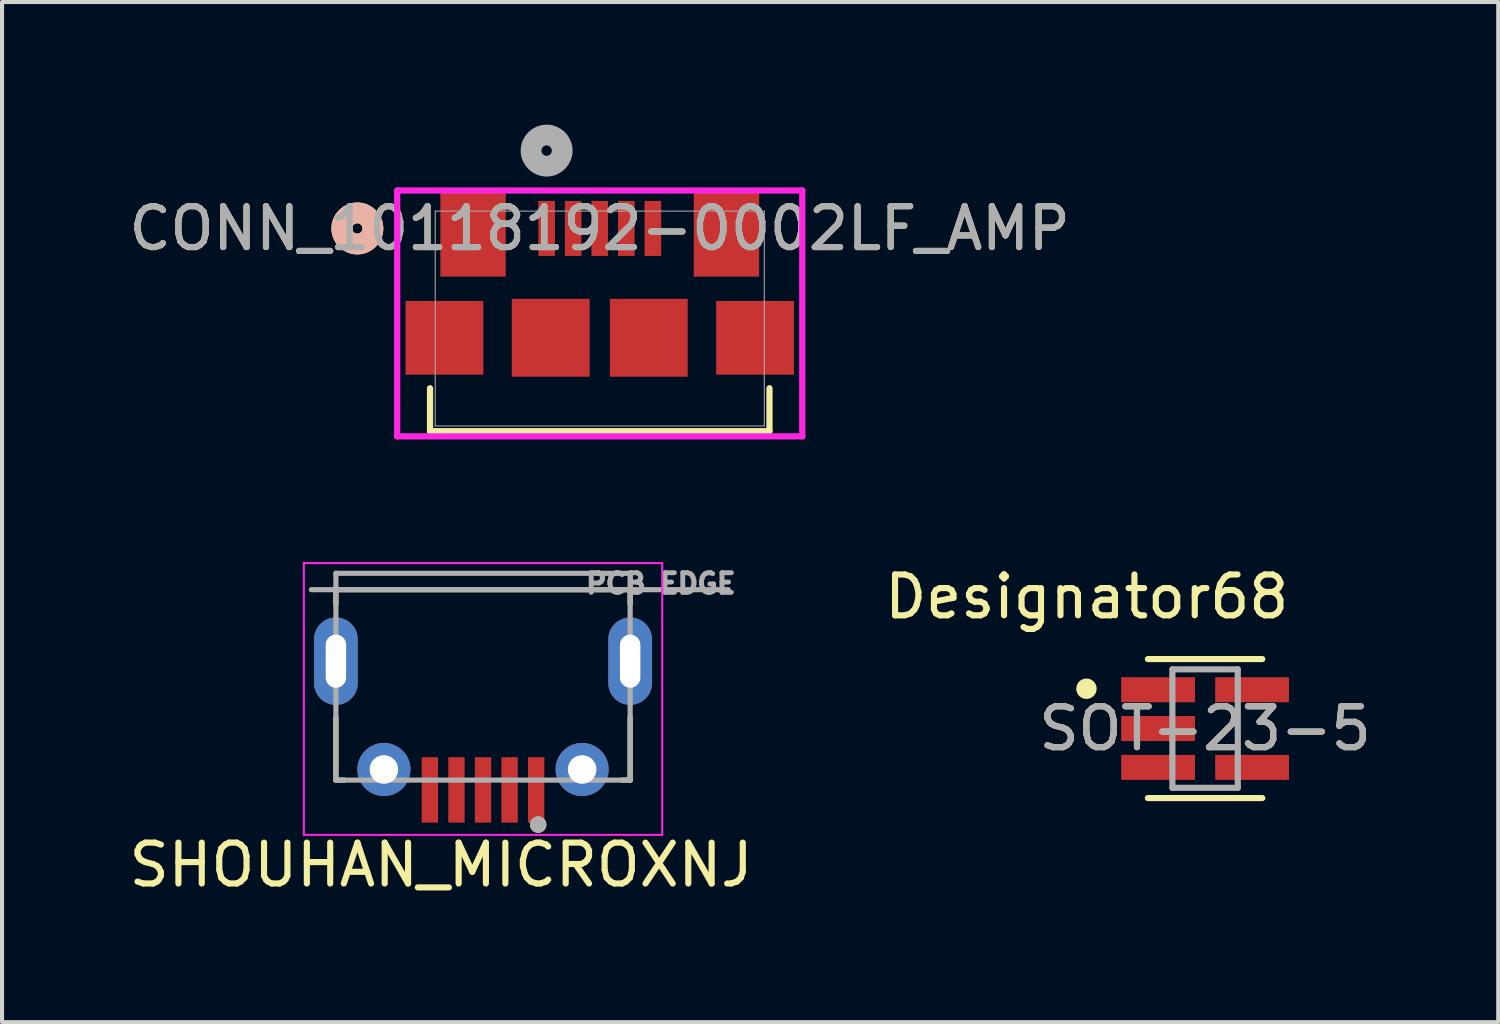
<source format=kicad_pcb>
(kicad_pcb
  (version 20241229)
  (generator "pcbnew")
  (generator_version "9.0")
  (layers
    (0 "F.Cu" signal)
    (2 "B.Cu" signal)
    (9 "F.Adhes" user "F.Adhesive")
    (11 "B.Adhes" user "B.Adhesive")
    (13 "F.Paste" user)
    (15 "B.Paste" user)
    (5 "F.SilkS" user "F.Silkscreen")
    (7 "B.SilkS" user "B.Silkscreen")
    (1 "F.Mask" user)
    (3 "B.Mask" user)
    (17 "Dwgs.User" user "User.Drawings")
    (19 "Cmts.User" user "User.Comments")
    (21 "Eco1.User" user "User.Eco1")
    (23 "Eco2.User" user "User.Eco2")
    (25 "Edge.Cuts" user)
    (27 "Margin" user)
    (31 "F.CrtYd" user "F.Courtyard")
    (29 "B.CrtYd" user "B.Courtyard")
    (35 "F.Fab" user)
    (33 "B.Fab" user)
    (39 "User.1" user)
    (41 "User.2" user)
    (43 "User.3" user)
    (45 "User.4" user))
  (footprint "CONN_10118192-0002LF_AMP"
    (layer "F.Cu")
    (at 11.625 4.744)
    (property "Reference" "CONN_10118192-0002LF_AMP" (at 0 -2.204 0) (unlocked yes) (layer "F.SilkS") (effects (font (size 1 1) (thickness 0.15))))
    (attr smd)
    (fp_line (start -4.153 1.706) (end -4.153 2.756) (stroke (width 0.152) (type solid)) (layer "F.SilkS"))
    (fp_line (start -4.153 2.756) (end 4.153 2.756) (stroke (width 0.152) (type solid)) (layer "F.SilkS"))
    (fp_line (start 4.153 2.756) (end 4.153 1.706) (stroke (width 0.152) (type solid)) (layer "F.SilkS"))
    (fp_circle (center -5.931 -2.204) (end -5.55 -2.204) (stroke (width 0.508) (type solid)) (fill no) (layer "F.SilkS"))
    (fp_circle (center -5.931 -2.204) (end -5.55 -2.204) (stroke (width 0.508) (type solid)) (fill no) (layer "B.SilkS"))
    (fp_line (start -4.956 -3.133) (end -4.956 2.883) (stroke (width 0.152) (type solid)) (layer "F.CrtYd"))
    (fp_line (start -4.956 2.883) (end 4.956 2.883) (stroke (width 0.152) (type solid)) (layer "F.CrtYd"))
    (fp_line (start 4.956 -3.133) (end -4.956 -3.133) (stroke (width 0.152) (type solid)) (layer "F.CrtYd"))
    (fp_line (start 4.956 2.883) (end 4.956 -3.133) (stroke (width 0.152) (type solid)) (layer "F.CrtYd"))
    (fp_line (start -4.026 -2.629) (end -4.026 2.629) (stroke (width 0.025) (type solid)) (layer "F.Fab"))
    (fp_line (start -4.026 2.629) (end 4.026 2.629) (stroke (width 0.025) (type solid)) (layer "F.Fab"))
    (fp_line (start 4.026 -2.629) (end -4.026 -2.629) (stroke (width 0.025) (type solid)) (layer "F.Fab"))
    (fp_line (start 4.026 2.629) (end 4.026 -2.629) (stroke (width 0.025) (type solid)) (layer "F.Fab"))
    (fp_circle (center -1.3 -4.109) (end -0.919 -4.109) (stroke (width 0.508) (type solid)) (fill no) (layer "F.Fab"))
    (fp_text user "${REFERENCE}" (at 0 -2.204 0) (unlocked yes) (layer "F.Fab") (effects (font (size 1 1) (thickness 0.15))))
    (pad "1" smd rect (at -1.3 -2.204) (size 0.406 1.346) (layers "F.Cu" "F.Mask" "F.Paste"))
    (pad "2" smd rect (at -0.65 -2.204) (size 0.406 1.346) (layers "F.Cu" "F.Mask" "F.Paste"))
    (pad "3" smd rect (at 0 -2.204) (size 0.406 1.346) (layers "F.Cu" "F.Mask" "F.Paste"))
    (pad "4" smd rect (at 0.65 -2.204) (size 0.406 1.346) (layers "F.Cu" "F.Mask" "F.Paste"))
    (pad "5" smd rect (at 1.3 -2.204) (size 0.406 1.346) (layers "F.Cu" "F.Mask" "F.Paste"))
    (pad "6" smd rect (at -3.1 -2.079 90) (size 2.108 1.6) (layers "F.Cu" "F.Mask" "F.Paste"))
    (pad "7" smd rect (at 3.1 -2.079 90) (size 2.108 1.6) (layers "F.Cu" "F.Mask" "F.Paste"))
    (pad "8" smd rect (at -3.8 0.471 90) (size 1.803 1.905) (layers "F.Cu" "F.Mask" "F.Paste"))
    (pad "9" smd rect (at 3.8 0.471 90) (size 1.803 1.905) (layers "F.Cu" "F.Mask" "F.Paste"))
    (pad "10" smd rect (at -1.2 0.471 90) (size 1.905 1.905) (layers "F.Cu" "F.Mask" "F.Paste"))
    (pad "11" smd rect (at 1.2 0.471 90) (size 1.905 1.905) (layers "F.Cu" "F.Mask" "F.Paste")))
  (footprint "SHOUHAN_MICROXNJ"
    (layer "F.Cu")
    (at 8.769 11.378)
    (property "Reference" "SHOUHAN_MICROXNJ" (at -1.025 6.735 0) (layer "F.SilkS") (effects (font (size 1 1) (thickness 0.15))))
    (attr smd)
    (fp_line (start -3.6 0) (end 3.6 0) (stroke (width 0.127) (type solid)) (layer "F.SilkS"))
    (fp_line (start -3.6 0.36) (end -3.6 0) (stroke (width 0.127) (type solid)) (layer "F.SilkS"))
    (fp_line (start -3.6 3.14) (end -3.6 4.66) (stroke (width 0.127) (type solid)) (layer "F.SilkS"))
    (fp_line (start -3.6 4.66) (end -3.395 4.66) (stroke (width 0.127) (type solid)) (layer "F.SilkS"))
    (fp_line (start 3.6 0) (end 3.6 0.36) (stroke (width 0.127) (type solid)) (layer "F.SilkS"))
    (fp_line (start 3.6 3.14) (end 3.6 4.66) (stroke (width 0.127) (type solid)) (layer "F.SilkS"))
    (fp_line (start 3.6 4.66) (end 3.395 4.66) (stroke (width 0.127) (type solid)) (layer "F.SilkS"))
    (fp_circle (center 1.35 5.75) (end 1.45 5.75) (stroke (width 0.2) (type solid)) (fill no) (layer "F.SilkS"))
    (fp_line (start -4.385 -0.65) (end 4.385 -0.65) (stroke (width 0.05) (type solid)) (layer "F.CrtYd"))
    (fp_line (start -4.385 6) (end -4.385 -0.65) (stroke (width 0.05) (type solid)) (layer "F.CrtYd"))
    (fp_line (start 4.385 -0.65) (end 4.385 6) (stroke (width 0.05) (type solid)) (layer "F.CrtYd"))
    (fp_line (start 4.385 6) (end -4.385 6) (stroke (width 0.05) (type solid)) (layer "F.CrtYd"))
    (fp_line (start -4.2 0) (end 6 0) (stroke (width 0.127) (type solid)) (layer "F.Fab"))
    (fp_line (start -3.6 -0.4) (end 3.6 -0.4) (stroke (width 0.127) (type solid)) (layer "F.Fab"))
    (fp_line (start -3.6 4.66) (end -3.6 -0.4) (stroke (width 0.127) (type solid)) (layer "F.Fab"))
    (fp_line (start 3.6 -0.4) (end 3.6 4.66) (stroke (width 0.127) (type solid)) (layer "F.Fab"))
    (fp_line (start 3.6 4.66) (end -3.6 4.66) (stroke (width 0.127) (type solid)) (layer "F.Fab"))
    (fp_circle (center 1.35 5.75) (end 1.45 5.75) (stroke (width 0.2) (type solid)) (fill no) (layer "F.Fab"))
    (fp_text user "PCB EDGE" (at 4.35 -0.15 0) (layer "F.Fab") (effects (font (size 0.48 0.48) (thickness 0.15))))
    (pad "1" smd rect (at 1.3 4.9 90) (size 1.6 0.4) (layers "F.Cu" "F.Mask" "F.Paste"))
    (pad "2" smd rect (at 0.65 4.9 90) (size 1.6 0.4) (layers "F.Cu" "F.Mask" "F.Paste"))
    (pad "3" smd rect (at 0 4.9 90) (size 1.6 0.4) (layers "F.Cu" "F.Mask" "F.Paste"))
    (pad "4" smd rect (at -0.65 4.9 90) (size 1.6 0.4) (layers "F.Cu" "F.Mask" "F.Paste"))
    (pad "5" smd rect (at -1.3 4.9 90) (size 1.6 0.4) (layers "F.Cu" "F.Mask" "F.Paste"))
    (pad "S3" thru_hole oval (at -3.6 1.75) (size 1.07 2.14) (drill oval 0.5 1.3) (layers "*.Cu" "*.Mask"))
    (pad "S4" thru_hole circle (at -2.425 4.4) (size 1.3 1.3) (drill 0.7) (layers "*.Cu" "*.Mask"))
    (pad "S5" thru_hole circle (at 2.425 4.4) (size 1.3 1.3) (drill 0.7) (layers "*.Cu" "*.Mask"))
    (pad "S6" thru_hole oval (at 3.6 1.75) (size 1.07 2.14) (drill oval 0.5 1.3) (layers "*.Cu" "*.Mask")))
  (footprint "SOT-23-5"
    (layer "F.Cu")
    (at 26.437 14.777)
    (property "Reference" "SOT-23-5" (at 0 0 0) (unlocked yes) (layer "F.SilkS") (effects (font (size 1 1) (thickness 0.15))))
    (attr smd)
    (fp_line (start -1.4 -1.7) (end 1.4 -1.7) (stroke (width 0.15) (type solid)) (layer "F.SilkS"))
    (fp_line (start -1.4 1.7) (end 1.4 1.7) (stroke (width 0.15) (type solid)) (layer "F.SilkS"))
    (fp_circle (center -2.903 -0.975) (end -2.778 -0.975) (stroke (width 0.25) (type solid)) (fill no) (layer "F.SilkS"))
    (fp_line (start -0.8 -1.45) (end 0.8 -1.45) (stroke (width 0.15) (type solid)) (layer "F.Fab"))
    (fp_line (start -0.8 1.45) (end -0.8 -1.45) (stroke (width 0.15) (type solid)) (layer "F.Fab"))
    (fp_line (start -0.8 1.45) (end 0.8 1.45) (stroke (width 0.15) (type solid)) (layer "F.Fab"))
    (fp_line (start 0.8 1.45) (end 0.8 -1.45) (stroke (width 0.15) (type solid)) (layer "F.Fab"))
    (fp_text user "Designator68" (at -2.896 -3.226 0) (unlocked yes) (layer "F.SilkS") (effects (font (size 1 1) (thickness 0.15))))
    (fp_text user "${REFERENCE}" (at 0 0 0) (unlocked yes) (layer "F.Fab") (effects (font (size 1 1) (thickness 0.15))))
    (pad "1" smd rect (at -1.15 -0.95) (size 1.805 0.612) (layers "F.Cu" "F.Mask" "F.Paste"))
    (pad "2" smd rect (at -1.15 0) (size 1.805 0.612) (layers "F.Cu" "F.Mask" "F.Paste"))
    (pad "3" smd rect (at -1.15 0.95) (size 1.805 0.612) (layers "F.Cu" "F.Mask" "F.Paste"))
    (pad "4" smd rect (at 1.15 0.95) (size 1.805 0.612) (layers "F.Cu" "F.Mask" "F.Paste"))
    (pad "5" smd rect (at 1.15 -0.95) (size 1.805 0.612) (layers "F.Cu" "F.Mask" "F.Paste")))
  (gr_rect
    (start -3 -3)
    (end 33.61 21.961)
    (stroke (width 0.1) (type default))
    (fill no)
    (layer "Edge.Cuts")))
</source>
